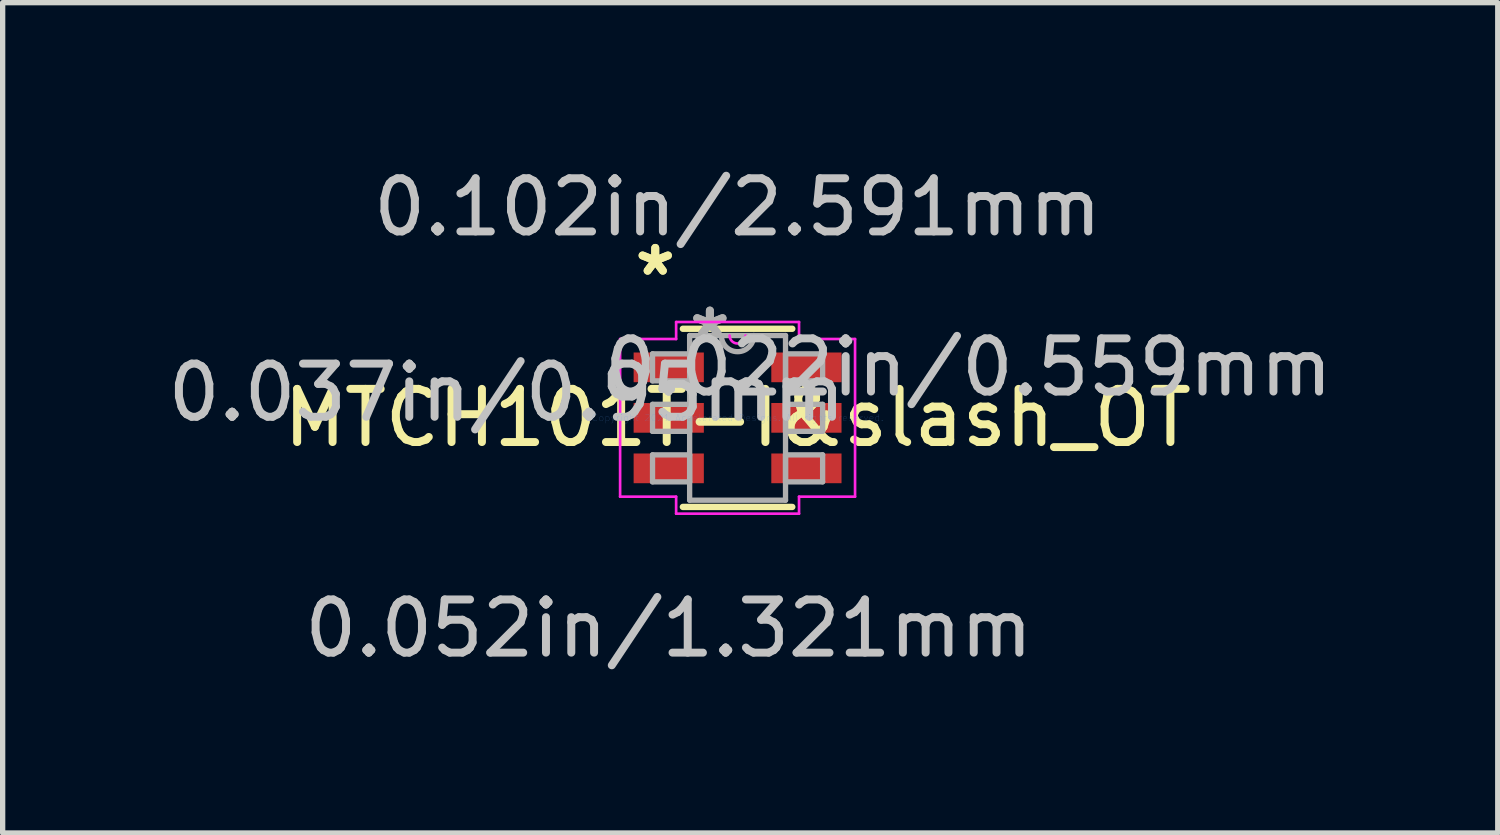
<source format=kicad_pcb>
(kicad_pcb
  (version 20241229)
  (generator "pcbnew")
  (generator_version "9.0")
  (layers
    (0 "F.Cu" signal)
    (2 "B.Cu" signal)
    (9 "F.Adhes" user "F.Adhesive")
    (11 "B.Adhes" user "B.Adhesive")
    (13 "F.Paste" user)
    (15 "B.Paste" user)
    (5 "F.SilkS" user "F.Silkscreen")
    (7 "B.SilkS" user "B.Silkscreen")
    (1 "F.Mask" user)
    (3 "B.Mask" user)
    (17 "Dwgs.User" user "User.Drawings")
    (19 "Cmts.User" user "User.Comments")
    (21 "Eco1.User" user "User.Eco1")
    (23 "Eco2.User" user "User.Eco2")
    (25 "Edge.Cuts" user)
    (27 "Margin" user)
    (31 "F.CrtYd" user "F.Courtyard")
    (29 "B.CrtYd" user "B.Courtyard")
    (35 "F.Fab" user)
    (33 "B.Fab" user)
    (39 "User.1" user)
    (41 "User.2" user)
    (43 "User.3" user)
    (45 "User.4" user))
  (footprint "MTCH101T-I&slash_OT"
    (layer "F.Cu")
    (at 10.826 4.811)
    (property "Reference" "MTCH101T-I&slash_OT" (at 0 0 0) (layer "F.SilkS") (effects (font (size 1 1) (thickness 0.15))))
    (attr through_hole)
    (fp_line (start -1.029 1.676) (end 1.029 1.676) (stroke (width 0.12) (type solid)) (layer "F.SilkS"))
    (fp_line (start 1.029 -1.676) (end -1.029 -1.676) (stroke (width 0.12) (type solid)) (layer "F.SilkS"))
    (fp_line (start -2.21 -1.483) (end -1.156 -1.483) (stroke (width 0.05) (type solid)) (layer "F.CrtYd"))
    (fp_line (start -2.21 1.483) (end -2.21 -1.483) (stroke (width 0.05) (type solid)) (layer "F.CrtYd"))
    (fp_line (start -1.156 -1.803) (end 1.156 -1.803) (stroke (width 0.05) (type solid)) (layer "F.CrtYd"))
    (fp_line (start -1.156 -1.483) (end -1.156 -1.803) (stroke (width 0.05) (type solid)) (layer "F.CrtYd"))
    (fp_line (start -1.156 1.483) (end -2.21 1.483) (stroke (width 0.05) (type solid)) (layer "F.CrtYd"))
    (fp_line (start -1.156 1.803) (end -1.156 1.483) (stroke (width 0.05) (type solid)) (layer "F.CrtYd"))
    (fp_line (start 1.156 -1.803) (end 1.156 -1.483) (stroke (width 0.05) (type solid)) (layer "F.CrtYd"))
    (fp_line (start 1.156 -1.483) (end 2.21 -1.483) (stroke (width 0.05) (type solid)) (layer "F.CrtYd"))
    (fp_line (start 1.156 1.483) (end 1.156 1.803) (stroke (width 0.05) (type solid)) (layer "F.CrtYd"))
    (fp_line (start 1.156 1.803) (end -1.156 1.803) (stroke (width 0.05) (type solid)) (layer "F.CrtYd"))
    (fp_line (start 2.21 -1.483) (end 2.21 1.483) (stroke (width 0.05) (type solid)) (layer "F.CrtYd"))
    (fp_line (start 2.21 1.483) (end 1.156 1.483) (stroke (width 0.05) (type solid)) (layer "F.CrtYd"))
    (fp_arc (start 0.150283 -1.5494) (mid 0 -1.399117) (end -0.150283 -1.5494) (stroke (width 0.05) (type solid)) (layer "F.CrtYd"))
    (fp_line (start -1.6 -1.204) (end -1.6 -0.696) (stroke (width 0.1) (type solid)) (layer "F.Fab"))
    (fp_line (start -1.6 -0.696) (end -0.902 -0.696) (stroke (width 0.1) (type solid)) (layer "F.Fab"))
    (fp_line (start -1.6 -0.254) (end -1.6 0.254) (stroke (width 0.1) (type solid)) (layer "F.Fab"))
    (fp_line (start -1.6 0.254) (end -0.902 0.254) (stroke (width 0.1) (type solid)) (layer "F.Fab"))
    (fp_line (start -1.6 0.696) (end -1.6 1.204) (stroke (width 0.1) (type solid)) (layer "F.Fab"))
    (fp_line (start -1.6 1.204) (end -0.902 1.204) (stroke (width 0.1) (type solid)) (layer "F.Fab"))
    (fp_line (start -0.902 -1.549) (end -0.902 1.549) (stroke (width 0.1) (type solid)) (layer "F.Fab"))
    (fp_line (start -0.902 -1.204) (end -1.6 -1.204) (stroke (width 0.1) (type solid)) (layer "F.Fab"))
    (fp_line (start -0.902 -0.696) (end -0.902 -1.204) (stroke (width 0.1) (type solid)) (layer "F.Fab"))
    (fp_line (start -0.902 -0.254) (end -1.6 -0.254) (stroke (width 0.1) (type solid)) (layer "F.Fab"))
    (fp_line (start -0.902 0.254) (end -0.902 -0.254) (stroke (width 0.1) (type solid)) (layer "F.Fab"))
    (fp_line (start -0.902 0.696) (end -1.6 0.696) (stroke (width 0.1) (type solid)) (layer "F.Fab"))
    (fp_line (start -0.902 1.204) (end -0.902 0.696) (stroke (width 0.1) (type solid)) (layer "F.Fab"))
    (fp_line (start -0.902 1.549) (end 0.902 1.549) (stroke (width 0.1) (type solid)) (layer "F.Fab"))
    (fp_line (start 0.902 -1.549) (end -0.902 -1.549) (stroke (width 0.1) (type solid)) (layer "F.Fab"))
    (fp_line (start 0.902 -1.204) (end 0.902 -0.696) (stroke (width 0.1) (type solid)) (layer "F.Fab"))
    (fp_line (start 0.902 -0.696) (end 1.6 -0.696) (stroke (width 0.1) (type solid)) (layer "F.Fab"))
    (fp_line (start 0.902 -0.254) (end 0.902 0.254) (stroke (width 0.1) (type solid)) (layer "F.Fab"))
    (fp_line (start 0.902 0.254) (end 1.6 0.254) (stroke (width 0.1) (type solid)) (layer "F.Fab"))
    (fp_line (start 0.902 0.696) (end 0.902 1.204) (stroke (width 0.1) (type solid)) (layer "F.Fab"))
    (fp_line (start 0.902 1.204) (end 1.6 1.204) (stroke (width 0.1) (type solid)) (layer "F.Fab"))
    (fp_line (start 0.902 1.549) (end 0.902 -1.549) (stroke (width 0.1) (type solid)) (layer "F.Fab"))
    (fp_line (start 1.6 -1.204) (end 0.902 -1.204) (stroke (width 0.1) (type solid)) (layer "F.Fab"))
    (fp_line (start 1.6 -0.696) (end 1.6 -1.204) (stroke (width 0.1) (type solid)) (layer "F.Fab"))
    (fp_line (start 1.6 -0.254) (end 0.902 -0.254) (stroke (width 0.1) (type solid)) (layer "F.Fab"))
    (fp_line (start 1.6 0.254) (end 1.6 -0.254) (stroke (width 0.1) (type solid)) (layer "F.Fab"))
    (fp_line (start 1.6 0.696) (end 0.902 0.696) (stroke (width 0.1) (type solid)) (layer "F.Fab"))
    (fp_line (start 1.6 1.204) (end 1.6 0.696) (stroke (width 0.1) (type solid)) (layer "F.Fab"))
    (fp_arc (start 0.3048 -1.5494) (mid 0 -1.2446) (end -0.3048 -1.5494) (stroke (width 0.1) (type solid)) (layer "F.Fab"))
    (fp_text user "*" (at -1.549 -2.652 0) (layer "F.SilkS") (effects (font (size 1 1) (thickness 0.15))))
    (fp_text user "*" (at -1.549 -2.652 0) (layer "F.SilkS") (effects (font (size 1 1) (thickness 0.15))))
    (fp_text user "0.022in/0.559mm" (at 4.343 -0.95 0) (layer "Dwgs.User") (effects (font (size 1 1) (thickness 0.15))))
    (fp_text user "0.052in/1.321mm" (at -1.295 3.962 0) (layer "Dwgs.User") (effects (font (size 1 1) (thickness 0.15))))
    (fp_text user "0.037in/0.95mm" (at -4.343 -0.475 0) (layer "Dwgs.User") (effects (font (size 1 1) (thickness 0.15))))
    (fp_text user "0.102in/2.591mm" (at 0 -3.962 0) (layer "Dwgs.User") (effects (font (size 1 1) (thickness 0.15))))
    (fp_text user "Copyright 2021 Accelerated Designs. All rights reserved." (at 0 0 0) (layer "Cmts.User") (effects (font (size 0.127 0.127) (thickness 0.002))))
    (fp_text user "*" (at -0.521 -1.473 0) (layer "F.Fab") (effects (font (size 1 1) (thickness 0.15))))
    (fp_text user "*" (at -0.521 -1.473 0) (layer "F.Fab") (effects (font (size 1 1) (thickness 0.15))))
    (pad "1" smd rect (at -1.295 -0.95) (size 1.321 0.559) (layers "F.Cu" "F.Mask" "F.Paste"))
    (pad "2" smd rect (at -1.295 0) (size 1.321 0.559) (layers "F.Cu" "F.Mask" "F.Paste"))
    (pad "3" smd rect (at -1.295 0.95) (size 1.321 0.559) (layers "F.Cu" "F.Mask" "F.Paste"))
    (pad "4" smd rect (at 1.295 0.95) (size 1.321 0.559) (layers "F.Cu" "F.Mask" "F.Paste"))
    (pad "5" smd rect (at 1.295 0) (size 1.321 0.559) (layers "F.Cu" "F.Mask" "F.Paste"))
    (pad "6" smd rect (at 1.295 -0.95) (size 1.321 0.559) (layers "F.Cu" "F.Mask" "F.Paste")))
  (gr_rect
    (start -3 -3)
    (end 25.127 12.621)
    (stroke (width 0.1) (type default))
    (fill no)
    (layer "Edge.Cuts")))
</source>
